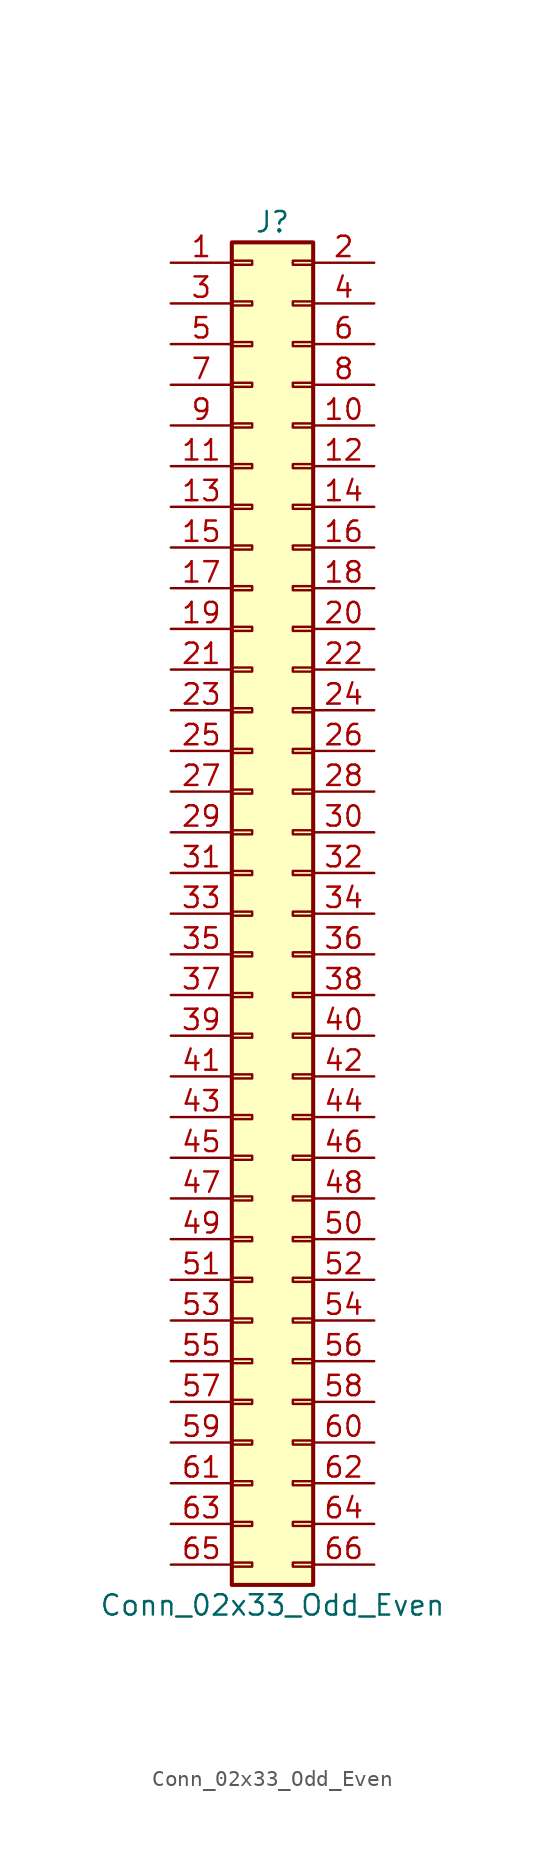
<source format=kicad_sym>
(kicad_symbol_lib
  (version 20211014)
  (generator kicad_symbol_editor)
  (symbol "Conn_02x33_Odd_Even"
    (pin_names
      (offset 1.016) hide)
    (property "Reference" "J"
      (at 1.27 43.18 0)
      (effects (font (size 1.27 1.27))))
    (property "Value" "Conn_02x33_Odd_Even"
      (at 1.27 -43.18 0)
      (effects (font (size 1.27 1.27))))
    (symbol "Conn_02x33_Odd_Even_1_1"
      (rectangle (start -1.27 -40.513) (end 0 -40.767) (stroke (width 0.152) (type default) (color 0 0 0 0)) (fill (type none)))
      (rectangle (start -1.27 -37.973) (end 0 -38.227) (stroke (width 0.152) (type default) (color 0 0 0 0)) (fill (type none)))
      (rectangle (start -1.27 -35.433) (end 0 -35.687) (stroke (width 0.152) (type default) (color 0 0 0 0)) (fill (type none)))
      (rectangle (start -1.27 -32.893) (end 0 -33.147) (stroke (width 0.152) (type default) (color 0 0 0 0)) (fill (type none)))
      (rectangle (start -1.27 -30.353) (end 0 -30.607) (stroke (width 0.152) (type default) (color 0 0 0 0)) (fill (type none)))
      (rectangle (start -1.27 -27.813) (end 0 -28.067) (stroke (width 0.152) (type default) (color 0 0 0 0)) (fill (type none)))
      (rectangle (start -1.27 -25.273) (end 0 -25.527) (stroke (width 0.152) (type default) (color 0 0 0 0)) (fill (type none)))
      (rectangle (start -1.27 -22.733) (end 0 -22.987) (stroke (width 0.152) (type default) (color 0 0 0 0)) (fill (type none)))
      (rectangle (start -1.27 -20.193) (end 0 -20.447) (stroke (width 0.152) (type default) (color 0 0 0 0)) (fill (type none)))
      (rectangle (start -1.27 -17.653) (end 0 -17.907) (stroke (width 0.152) (type default) (color 0 0 0 0)) (fill (type none)))
      (rectangle (start -1.27 -15.113) (end 0 -15.367) (stroke (width 0.152) (type default) (color 0 0 0 0)) (fill (type none)))
      (rectangle (start -1.27 -12.573) (end 0 -12.827) (stroke (width 0.152) (type default) (color 0 0 0 0)) (fill (type none)))
      (rectangle (start -1.27 -10.033) (end 0 -10.287) (stroke (width 0.152) (type default) (color 0 0 0 0)) (fill (type none)))
      (rectangle (start -1.27 -7.493) (end 0 -7.747) (stroke (width 0.152) (type default) (color 0 0 0 0)) (fill (type none)))
      (rectangle (start -1.27 -4.953) (end 0 -5.207) (stroke (width 0.152) (type default) (color 0 0 0 0)) (fill (type none)))
      (rectangle (start -1.27 -2.413) (end 0 -2.667) (stroke (width 0.152) (type default) (color 0 0 0 0)) (fill (type none)))
      (rectangle (start -1.27 0.127) (end 0 -0.127) (stroke (width 0.152) (type default) (color 0 0 0 0)) (fill (type none)))
      (rectangle (start -1.27 2.667) (end 0 2.413) (stroke (width 0.152) (type default) (color 0 0 0 0)) (fill (type none)))
      (rectangle (start -1.27 5.207) (end 0 4.953) (stroke (width 0.152) (type default) (color 0 0 0 0)) (fill (type none)))
      (rectangle (start -1.27 7.747) (end 0 7.493) (stroke (width 0.152) (type default) (color 0 0 0 0)) (fill (type none)))
      (rectangle (start -1.27 10.287) (end 0 10.033) (stroke (width 0.152) (type default) (color 0 0 0 0)) (fill (type none)))
      (rectangle (start -1.27 12.827) (end 0 12.573) (stroke (width 0.152) (type default) (color 0 0 0 0)) (fill (type none)))
      (rectangle (start -1.27 15.367) (end 0 15.113) (stroke (width 0.152) (type default) (color 0 0 0 0)) (fill (type none)))
      (rectangle (start -1.27 17.907) (end 0 17.653) (stroke (width 0.152) (type default) (color 0 0 0 0)) (fill (type none)))
      (rectangle (start -1.27 20.447) (end 0 20.193) (stroke (width 0.152) (type default) (color 0 0 0 0)) (fill (type none)))
      (rectangle (start -1.27 22.987) (end 0 22.733) (stroke (width 0.152) (type default) (color 0 0 0 0)) (fill (type none)))
      (rectangle (start -1.27 25.527) (end 0 25.273) (stroke (width 0.152) (type default) (color 0 0 0 0)) (fill (type none)))
      (rectangle (start -1.27 28.067) (end 0 27.813) (stroke (width 0.152) (type default) (color 0 0 0 0)) (fill (type none)))
      (rectangle (start -1.27 30.607) (end 0 30.353) (stroke (width 0.152) (type default) (color 0 0 0 0)) (fill (type none)))
      (rectangle (start -1.27 33.147) (end 0 32.893) (stroke (width 0.152) (type default) (color 0 0 0 0)) (fill (type none)))
      (rectangle (start -1.27 35.687) (end 0 35.433) (stroke (width 0.152) (type default) (color 0 0 0 0)) (fill (type none)))
      (rectangle (start -1.27 38.227) (end 0 37.973) (stroke (width 0.152) (type default) (color 0 0 0 0)) (fill (type none)))
      (rectangle (start -1.27 40.767) (end 0 40.513) (stroke (width 0.152) (type default) (color 0 0 0 0)) (fill (type none)))
      (rectangle (start -1.27 41.91) (end 3.81 -41.91) (stroke (width 0.254) (type default) (color 0 0 0 0)) (fill (type background)))
      (rectangle (start 3.81 -40.513) (end 2.54 -40.767) (stroke (width 0.152) (type default) (color 0 0 0 0)) (fill (type none)))
      (rectangle (start 3.81 -37.973) (end 2.54 -38.227) (stroke (width 0.152) (type default) (color 0 0 0 0)) (fill (type none)))
      (rectangle (start 3.81 -35.433) (end 2.54 -35.687) (stroke (width 0.152) (type default) (color 0 0 0 0)) (fill (type none)))
      (rectangle (start 3.81 -32.893) (end 2.54 -33.147) (stroke (width 0.152) (type default) (color 0 0 0 0)) (fill (type none)))
      (rectangle (start 3.81 -30.353) (end 2.54 -30.607) (stroke (width 0.152) (type default) (color 0 0 0 0)) (fill (type none)))
      (rectangle (start 3.81 -27.813) (end 2.54 -28.067) (stroke (width 0.152) (type default) (color 0 0 0 0)) (fill (type none)))
      (rectangle (start 3.81 -25.273) (end 2.54 -25.527) (stroke (width 0.152) (type default) (color 0 0 0 0)) (fill (type none)))
      (rectangle (start 3.81 -22.733) (end 2.54 -22.987) (stroke (width 0.152) (type default) (color 0 0 0 0)) (fill (type none)))
      (rectangle (start 3.81 -20.193) (end 2.54 -20.447) (stroke (width 0.152) (type default) (color 0 0 0 0)) (fill (type none)))
      (rectangle (start 3.81 -17.653) (end 2.54 -17.907) (stroke (width 0.152) (type default) (color 0 0 0 0)) (fill (type none)))
      (rectangle (start 3.81 -15.113) (end 2.54 -15.367) (stroke (width 0.152) (type default) (color 0 0 0 0)) (fill (type none)))
      (rectangle (start 3.81 -12.573) (end 2.54 -12.827) (stroke (width 0.152) (type default) (color 0 0 0 0)) (fill (type none)))
      (rectangle (start 3.81 -10.033) (end 2.54 -10.287) (stroke (width 0.152) (type default) (color 0 0 0 0)) (fill (type none)))
      (rectangle (start 3.81 -7.493) (end 2.54 -7.747) (stroke (width 0.152) (type default) (color 0 0 0 0)) (fill (type none)))
      (rectangle (start 3.81 -4.953) (end 2.54 -5.207) (stroke (width 0.152) (type default) (color 0 0 0 0)) (fill (type none)))
      (rectangle (start 3.81 -2.413) (end 2.54 -2.667) (stroke (width 0.152) (type default) (color 0 0 0 0)) (fill (type none)))
      (rectangle (start 3.81 0.127) (end 2.54 -0.127) (stroke (width 0.152) (type default) (color 0 0 0 0)) (fill (type none)))
      (rectangle (start 3.81 2.667) (end 2.54 2.413) (stroke (width 0.152) (type default) (color 0 0 0 0)) (fill (type none)))
      (rectangle (start 3.81 5.207) (end 2.54 4.953) (stroke (width 0.152) (type default) (color 0 0 0 0)) (fill (type none)))
      (rectangle (start 3.81 7.747) (end 2.54 7.493) (stroke (width 0.152) (type default) (color 0 0 0 0)) (fill (type none)))
      (rectangle (start 3.81 10.287) (end 2.54 10.033) (stroke (width 0.152) (type default) (color 0 0 0 0)) (fill (type none)))
      (rectangle (start 3.81 12.827) (end 2.54 12.573) (stroke (width 0.152) (type default) (color 0 0 0 0)) (fill (type none)))
      (rectangle (start 3.81 15.367) (end 2.54 15.113) (stroke (width 0.152) (type default) (color 0 0 0 0)) (fill (type none)))
      (rectangle (start 3.81 17.907) (end 2.54 17.653) (stroke (width 0.152) (type default) (color 0 0 0 0)) (fill (type none)))
      (rectangle (start 3.81 20.447) (end 2.54 20.193) (stroke (width 0.152) (type default) (color 0 0 0 0)) (fill (type none)))
      (rectangle (start 3.81 22.987) (end 2.54 22.733) (stroke (width 0.152) (type default) (color 0 0 0 0)) (fill (type none)))
      (rectangle (start 3.81 25.527) (end 2.54 25.273) (stroke (width 0.152) (type default) (color 0 0 0 0)) (fill (type none)))
      (rectangle (start 3.81 28.067) (end 2.54 27.813) (stroke (width 0.152) (type default) (color 0 0 0 0)) (fill (type none)))
      (rectangle (start 3.81 30.607) (end 2.54 30.353) (stroke (width 0.152) (type default) (color 0 0 0 0)) (fill (type none)))
      (rectangle (start 3.81 33.147) (end 2.54 32.893) (stroke (width 0.152) (type default) (color 0 0 0 0)) (fill (type none)))
      (rectangle (start 3.81 35.687) (end 2.54 35.433) (stroke (width 0.152) (type default) (color 0 0 0 0)) (fill (type none)))
      (rectangle (start 3.81 38.227) (end 2.54 37.973) (stroke (width 0.152) (type default) (color 0 0 0 0)) (fill (type none)))
      (rectangle (start 3.81 40.767) (end 2.54 40.513) (stroke (width 0.152) (type default) (color 0 0 0 0)) (fill (type none)))
      (pin passive line (at -5.08 40.64 0) (length 3.81) (name "Pin_1" (effects (font (size 1.27 1.27)))) (number "1" (effects (font (size 1.27 1.27)))))
      (pin passive line (at 7.62 30.48 180) (length 3.81) (name "Pin_10" (effects (font (size 1.27 1.27)))) (number "10" (effects (font (size 1.27 1.27)))))
      (pin passive line (at -5.08 27.94 0) (length 3.81) (name "Pin_11" (effects (font (size 1.27 1.27)))) (number "11" (effects (font (size 1.27 1.27)))))
      (pin passive line (at 7.62 27.94 180) (length 3.81) (name "Pin_12" (effects (font (size 1.27 1.27)))) (number "12" (effects (font (size 1.27 1.27)))))
      (pin passive line (at -5.08 25.4 0) (length 3.81) (name "Pin_13" (effects (font (size 1.27 1.27)))) (number "13" (effects (font (size 1.27 1.27)))))
      (pin passive line (at 7.62 25.4 180) (length 3.81) (name "Pin_14" (effects (font (size 1.27 1.27)))) (number "14" (effects (font (size 1.27 1.27)))))
      (pin passive line (at -5.08 22.86 0) (length 3.81) (name "Pin_15" (effects (font (size 1.27 1.27)))) (number "15" (effects (font (size 1.27 1.27)))))
      (pin passive line (at 7.62 22.86 180) (length 3.81) (name "Pin_16" (effects (font (size 1.27 1.27)))) (number "16" (effects (font (size 1.27 1.27)))))
      (pin passive line (at -5.08 20.32 0) (length 3.81) (name "Pin_17" (effects (font (size 1.27 1.27)))) (number "17" (effects (font (size 1.27 1.27)))))
      (pin passive line (at 7.62 20.32 180) (length 3.81) (name "Pin_18" (effects (font (size 1.27 1.27)))) (number "18" (effects (font (size 1.27 1.27)))))
      (pin passive line (at -5.08 17.78 0) (length 3.81) (name "Pin_19" (effects (font (size 1.27 1.27)))) (number "19" (effects (font (size 1.27 1.27)))))
      (pin passive line (at 7.62 40.64 180) (length 3.81) (name "Pin_2" (effects (font (size 1.27 1.27)))) (number "2" (effects (font (size 1.27 1.27)))))
      (pin passive line (at 7.62 17.78 180) (length 3.81) (name "Pin_20" (effects (font (size 1.27 1.27)))) (number "20" (effects (font (size 1.27 1.27)))))
      (pin passive line (at -5.08 15.24 0) (length 3.81) (name "Pin_21" (effects (font (size 1.27 1.27)))) (number "21" (effects (font (size 1.27 1.27)))))
      (pin passive line (at 7.62 15.24 180) (length 3.81) (name "Pin_22" (effects (font (size 1.27 1.27)))) (number "22" (effects (font (size 1.27 1.27)))))
      (pin passive line (at -5.08 12.7 0) (length 3.81) (name "Pin_23" (effects (font (size 1.27 1.27)))) (number "23" (effects (font (size 1.27 1.27)))))
      (pin passive line (at 7.62 12.7 180) (length 3.81) (name "Pin_24" (effects (font (size 1.27 1.27)))) (number "24" (effects (font (size 1.27 1.27)))))
      (pin passive line (at -5.08 10.16 0) (length 3.81) (name "Pin_25" (effects (font (size 1.27 1.27)))) (number "25" (effects (font (size 1.27 1.27)))))
      (pin passive line (at 7.62 10.16 180) (length 3.81) (name "Pin_26" (effects (font (size 1.27 1.27)))) (number "26" (effects (font (size 1.27 1.27)))))
      (pin passive line (at -5.08 7.62 0) (length 3.81) (name "Pin_27" (effects (font (size 1.27 1.27)))) (number "27" (effects (font (size 1.27 1.27)))))
      (pin passive line (at 7.62 7.62 180) (length 3.81) (name "Pin_28" (effects (font (size 1.27 1.27)))) (number "28" (effects (font (size 1.27 1.27)))))
      (pin passive line (at -5.08 5.08 0) (length 3.81) (name "Pin_29" (effects (font (size 1.27 1.27)))) (number "29" (effects (font (size 1.27 1.27)))))
      (pin passive line (at -5.08 38.1 0) (length 3.81) (name "Pin_3" (effects (font (size 1.27 1.27)))) (number "3" (effects (font (size 1.27 1.27)))))
      (pin passive line (at 7.62 5.08 180) (length 3.81) (name "Pin_30" (effects (font (size 1.27 1.27)))) (number "30" (effects (font (size 1.27 1.27)))))
      (pin passive line (at -5.08 2.54 0) (length 3.81) (name "Pin_31" (effects (font (size 1.27 1.27)))) (number "31" (effects (font (size 1.27 1.27)))))
      (pin passive line (at 7.62 2.54 180) (length 3.81) (name "Pin_32" (effects (font (size 1.27 1.27)))) (number "32" (effects (font (size 1.27 1.27)))))
      (pin passive line (at -5.08 0 0) (length 3.81) (name "Pin_33" (effects (font (size 1.27 1.27)))) (number "33" (effects (font (size 1.27 1.27)))))
      (pin passive line (at 7.62 0 180) (length 3.81) (name "Pin_34" (effects (font (size 1.27 1.27)))) (number "34" (effects (font (size 1.27 1.27)))))
      (pin passive line (at -5.08 -2.54 0) (length 3.81) (name "Pin_35" (effects (font (size 1.27 1.27)))) (number "35" (effects (font (size 1.27 1.27)))))
      (pin passive line (at 7.62 -2.54 180) (length 3.81) (name "Pin_36" (effects (font (size 1.27 1.27)))) (number "36" (effects (font (size 1.27 1.27)))))
      (pin passive line (at -5.08 -5.08 0) (length 3.81) (name "Pin_37" (effects (font (size 1.27 1.27)))) (number "37" (effects (font (size 1.27 1.27)))))
      (pin passive line (at 7.62 -5.08 180) (length 3.81) (name "Pin_38" (effects (font (size 1.27 1.27)))) (number "38" (effects (font (size 1.27 1.27)))))
      (pin passive line (at -5.08 -7.62 0) (length 3.81) (name "Pin_39" (effects (font (size 1.27 1.27)))) (number "39" (effects (font (size 1.27 1.27)))))
      (pin passive line (at 7.62 38.1 180) (length 3.81) (name "Pin_4" (effects (font (size 1.27 1.27)))) (number "4" (effects (font (size 1.27 1.27)))))
      (pin passive line (at 7.62 -7.62 180) (length 3.81) (name "Pin_40" (effects (font (size 1.27 1.27)))) (number "40" (effects (font (size 1.27 1.27)))))
      (pin passive line (at -5.08 -10.16 0) (length 3.81) (name "Pin_41" (effects (font (size 1.27 1.27)))) (number "41" (effects (font (size 1.27 1.27)))))
      (pin passive line (at 7.62 -10.16 180) (length 3.81) (name "Pin_42" (effects (font (size 1.27 1.27)))) (number "42" (effects (font (size 1.27 1.27)))))
      (pin passive line (at -5.08 -12.7 0) (length 3.81) (name "Pin_43" (effects (font (size 1.27 1.27)))) (number "43" (effects (font (size 1.27 1.27)))))
      (pin passive line (at 7.62 -12.7 180) (length 3.81) (name "Pin_44" (effects (font (size 1.27 1.27)))) (number "44" (effects (font (size 1.27 1.27)))))
      (pin passive line (at -5.08 -15.24 0) (length 3.81) (name "Pin_45" (effects (font (size 1.27 1.27)))) (number "45" (effects (font (size 1.27 1.27)))))
      (pin passive line (at 7.62 -15.24 180) (length 3.81) (name "Pin_46" (effects (font (size 1.27 1.27)))) (number "46" (effects (font (size 1.27 1.27)))))
      (pin passive line (at -5.08 -17.78 0) (length 3.81) (name "Pin_47" (effects (font (size 1.27 1.27)))) (number "47" (effects (font (size 1.27 1.27)))))
      (pin passive line (at 7.62 -17.78 180) (length 3.81) (name "Pin_48" (effects (font (size 1.27 1.27)))) (number "48" (effects (font (size 1.27 1.27)))))
      (pin passive line (at -5.08 -20.32 0) (length 3.81) (name "Pin_49" (effects (font (size 1.27 1.27)))) (number "49" (effects (font (size 1.27 1.27)))))
      (pin passive line (at -5.08 35.56 0) (length 3.81) (name "Pin_5" (effects (font (size 1.27 1.27)))) (number "5" (effects (font (size 1.27 1.27)))))
      (pin passive line (at 7.62 -20.32 180) (length 3.81) (name "Pin_50" (effects (font (size 1.27 1.27)))) (number "50" (effects (font (size 1.27 1.27)))))
      (pin passive line (at -5.08 -22.86 0) (length 3.81) (name "Pin_51" (effects (font (size 1.27 1.27)))) (number "51" (effects (font (size 1.27 1.27)))))
      (pin passive line (at 7.62 -22.86 180) (length 3.81) (name "Pin_52" (effects (font (size 1.27 1.27)))) (number "52" (effects (font (size 1.27 1.27)))))
      (pin passive line (at -5.08 -25.4 0) (length 3.81) (name "Pin_53" (effects (font (size 1.27 1.27)))) (number "53" (effects (font (size 1.27 1.27)))))
      (pin passive line (at 7.62 -25.4 180) (length 3.81) (name "Pin_54" (effects (font (size 1.27 1.27)))) (number "54" (effects (font (size 1.27 1.27)))))
      (pin passive line (at -5.08 -27.94 0) (length 3.81) (name "Pin_55" (effects (font (size 1.27 1.27)))) (number "55" (effects (font (size 1.27 1.27)))))
      (pin passive line (at 7.62 -27.94 180) (length 3.81) (name "Pin_56" (effects (font (size 1.27 1.27)))) (number "56" (effects (font (size 1.27 1.27)))))
      (pin passive line (at -5.08 -30.48 0) (length 3.81) (name "Pin_57" (effects (font (size 1.27 1.27)))) (number "57" (effects (font (size 1.27 1.27)))))
      (pin passive line (at 7.62 -30.48 180) (length 3.81) (name "Pin_58" (effects (font (size 1.27 1.27)))) (number "58" (effects (font (size 1.27 1.27)))))
      (pin passive line (at -5.08 -33.02 0) (length 3.81) (name "Pin_59" (effects (font (size 1.27 1.27)))) (number "59" (effects (font (size 1.27 1.27)))))
      (pin passive line (at 7.62 35.56 180) (length 3.81) (name "Pin_6" (effects (font (size 1.27 1.27)))) (number "6" (effects (font (size 1.27 1.27)))))
      (pin passive line (at 7.62 -33.02 180) (length 3.81) (name "Pin_60" (effects (font (size 1.27 1.27)))) (number "60" (effects (font (size 1.27 1.27)))))
      (pin passive line (at -5.08 -35.56 0) (length 3.81) (name "Pin_61" (effects (font (size 1.27 1.27)))) (number "61" (effects (font (size 1.27 1.27)))))
      (pin passive line (at 7.62 -35.56 180) (length 3.81) (name "Pin_62" (effects (font (size 1.27 1.27)))) (number "62" (effects (font (size 1.27 1.27)))))
      (pin passive line (at -5.08 -38.1 0) (length 3.81) (name "Pin_63" (effects (font (size 1.27 1.27)))) (number "63" (effects (font (size 1.27 1.27)))))
      (pin passive line (at 7.62 -38.1 180) (length 3.81) (name "Pin_64" (effects (font (size 1.27 1.27)))) (number "64" (effects (font (size 1.27 1.27)))))
      (pin passive line (at -5.08 -40.64 0) (length 3.81) (name "Pin_65" (effects (font (size 1.27 1.27)))) (number "65" (effects (font (size 1.27 1.27)))))
      (pin passive line (at 7.62 -40.64 180) (length 3.81) (name "Pin_66" (effects (font (size 1.27 1.27)))) (number "66" (effects (font (size 1.27 1.27)))))
      (pin passive line (at -5.08 33.02 0) (length 3.81) (name "Pin_7" (effects (font (size 1.27 1.27)))) (number "7" (effects (font (size 1.27 1.27)))))
      (pin passive line (at 7.62 33.02 180) (length 3.81) (name "Pin_8" (effects (font (size 1.27 1.27)))) (number "8" (effects (font (size 1.27 1.27)))))
      (pin passive line (at -5.08 30.48 0) (length 3.81) (name "Pin_9" (effects (font (size 1.27 1.27)))) (number "9" (effects (font (size 1.27 1.27))))))))
</source>
